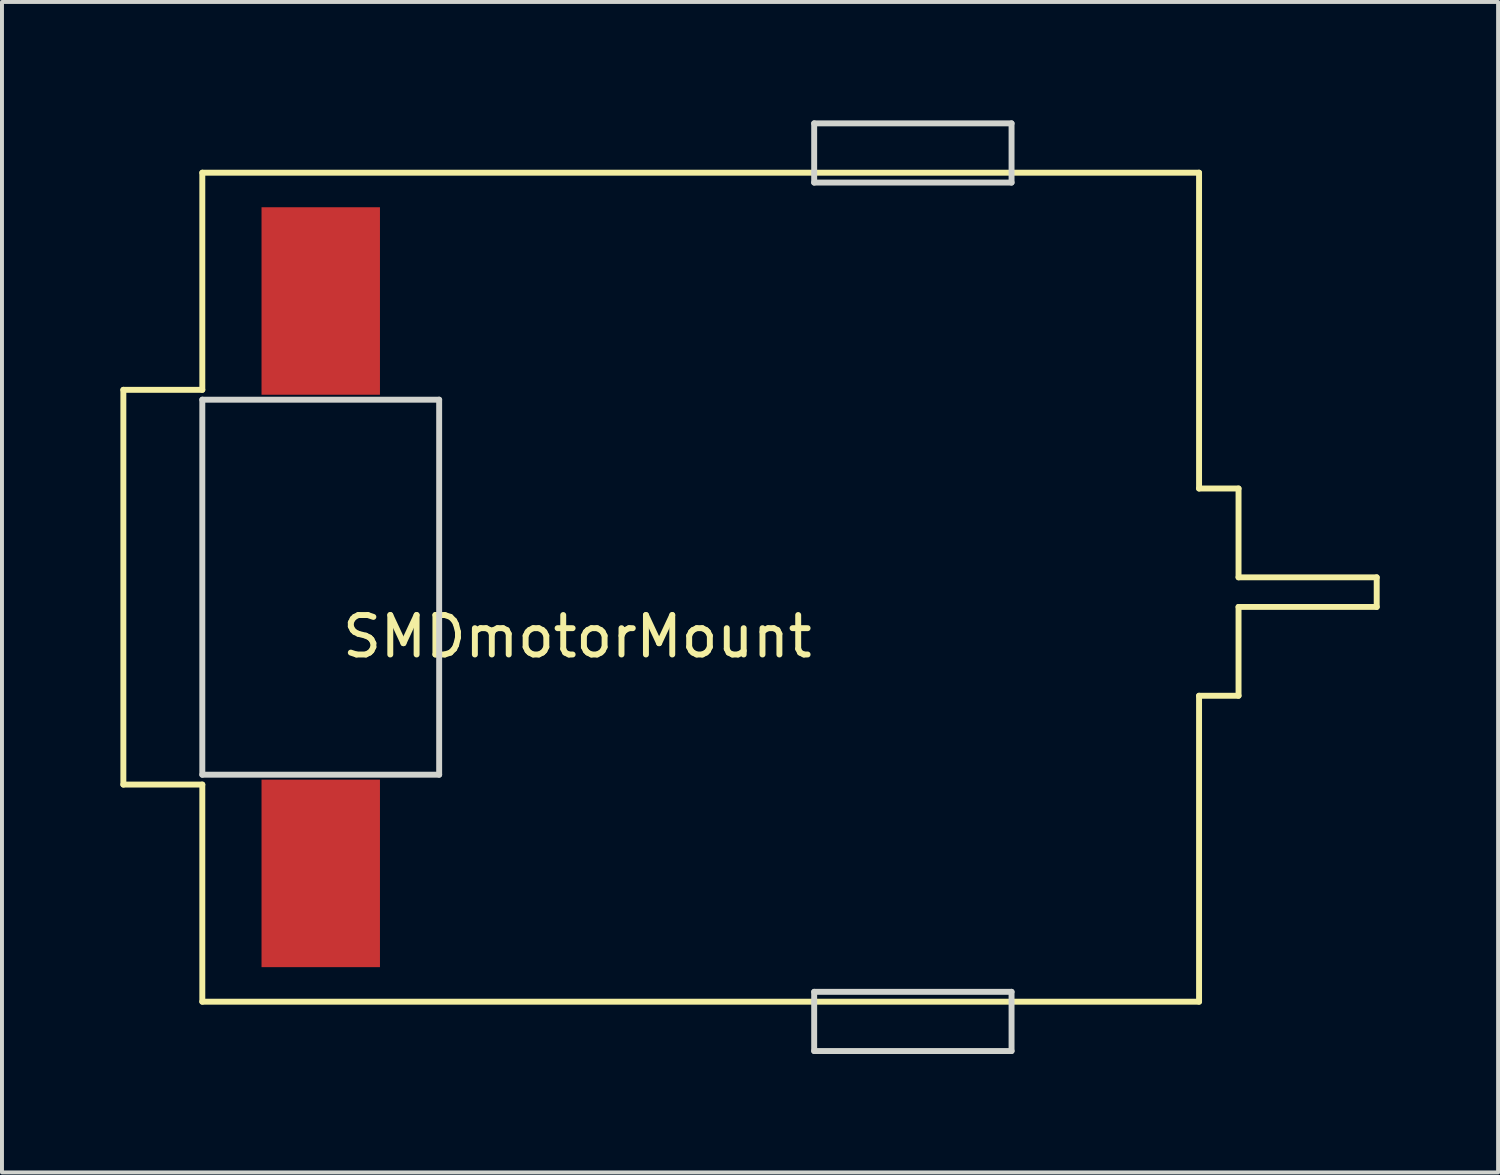
<source format=kicad_pcb>
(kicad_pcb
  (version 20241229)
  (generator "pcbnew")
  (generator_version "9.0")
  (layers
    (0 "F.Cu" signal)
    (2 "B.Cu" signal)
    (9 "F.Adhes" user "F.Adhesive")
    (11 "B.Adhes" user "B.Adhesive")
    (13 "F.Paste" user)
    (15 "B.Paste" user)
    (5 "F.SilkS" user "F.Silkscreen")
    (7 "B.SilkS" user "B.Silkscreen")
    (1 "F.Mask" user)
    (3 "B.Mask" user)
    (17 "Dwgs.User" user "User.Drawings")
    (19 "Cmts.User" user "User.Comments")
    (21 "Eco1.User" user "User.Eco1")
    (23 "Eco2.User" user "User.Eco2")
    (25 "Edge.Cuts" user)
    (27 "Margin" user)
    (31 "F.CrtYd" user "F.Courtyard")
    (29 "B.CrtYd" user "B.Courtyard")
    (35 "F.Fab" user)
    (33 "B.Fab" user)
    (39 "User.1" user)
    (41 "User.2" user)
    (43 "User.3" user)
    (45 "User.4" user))
  (footprint "SMDmotorMount"
    (layer "F.Cu")
    (at 2.075 11.575)
    (property "Reference" "SMDmotorMount" (at 9.5 1.5 0) (layer "F.SilkS") (effects (font (size 1 1) (thickness 0.15))))
    (attr through_hole)
    (fp_line (start -2 -4.75) (end 0 -4.75) (stroke (width 0.15) (type solid)) (layer "F.SilkS"))
    (fp_line (start -2 5.25) (end -2 -4.75) (stroke (width 0.15) (type solid)) (layer "F.SilkS"))
    (fp_line (start 0 -10.25) (end 25.25 -10.25) (stroke (width 0.15) (type solid)) (layer "F.SilkS"))
    (fp_line (start 0 -4.75) (end 0 -10.25) (stroke (width 0.15) (type solid)) (layer "F.SilkS"))
    (fp_line (start 0 5.25) (end -2 5.25) (stroke (width 0.15) (type solid)) (layer "F.SilkS"))
    (fp_line (start 0 10.75) (end 0 5.25) (stroke (width 0.15) (type solid)) (layer "F.SilkS"))
    (fp_line (start 25.25 -10.25) (end 25.25 -2.25) (stroke (width 0.15) (type solid)) (layer "F.SilkS"))
    (fp_line (start 25.25 -2.25) (end 26.25 -2.25) (stroke (width 0.15) (type solid)) (layer "F.SilkS"))
    (fp_line (start 25.25 3) (end 25.25 10.75) (stroke (width 0.15) (type solid)) (layer "F.SilkS"))
    (fp_line (start 25.25 10.75) (end 0 10.75) (stroke (width 0.15) (type solid)) (layer "F.SilkS"))
    (fp_line (start 26.25 -2.25) (end 26.25 0) (stroke (width 0.15) (type solid)) (layer "F.SilkS"))
    (fp_line (start 26.25 0) (end 29.75 0) (stroke (width 0.15) (type solid)) (layer "F.SilkS"))
    (fp_line (start 26.25 0.75) (end 26.25 3) (stroke (width 0.15) (type solid)) (layer "F.SilkS"))
    (fp_line (start 26.25 3) (end 25.25 3) (stroke (width 0.15) (type solid)) (layer "F.SilkS"))
    (fp_line (start 29.75 0) (end 29.75 0.75) (stroke (width 0.15) (type solid)) (layer "F.SilkS"))
    (fp_line (start 29.75 0.75) (end 26.25 0.75) (stroke (width 0.15) (type solid)) (layer "F.SilkS"))
    (fp_line (start 0 -4.5) (end 6 -4.5) (stroke (width 0.15) (type solid)) (layer "Edge.Cuts"))
    (fp_line (start 0 5) (end 0 -4.5) (stroke (width 0.15) (type solid)) (layer "Edge.Cuts"))
    (fp_line (start 6 -4.5) (end 6 5) (stroke (width 0.15) (type solid)) (layer "Edge.Cuts"))
    (fp_line (start 6 5) (end 0 5) (stroke (width 0.15) (type solid)) (layer "Edge.Cuts"))
    (fp_line (start 15.5 -11.5) (end 15.5 -10) (stroke (width 0.15) (type solid)) (layer "Edge.Cuts"))
    (fp_line (start 15.5 -10) (end 20.5 -10) (stroke (width 0.15) (type solid)) (layer "Edge.Cuts"))
    (fp_line (start 15.5 10.5) (end 15.5 12) (stroke (width 0.15) (type solid)) (layer "Edge.Cuts"))
    (fp_line (start 15.5 12) (end 20.5 12) (stroke (width 0.15) (type solid)) (layer "Edge.Cuts"))
    (fp_line (start 20.5 -11.5) (end 15.5 -11.5) (stroke (width 0.15) (type solid)) (layer "Edge.Cuts"))
    (fp_line (start 20.5 -10) (end 20.5 -11.5) (stroke (width 0.15) (type solid)) (layer "Edge.Cuts"))
    (fp_line (start 20.5 10.5) (end 15.5 10.5) (stroke (width 0.15) (type solid)) (layer "Edge.Cuts"))
    (fp_line (start 20.5 12) (end 20.5 10.5) (stroke (width 0.15) (type solid)) (layer "Edge.Cuts"))
    (pad "1" smd rect (at 3 7.5) (size 3 4.75) (layers "F.Cu" "F.Mask" "F.Paste"))
    (pad "2" smd rect (at 3 -7) (size 3 4.75) (layers "F.Cu" "F.Mask" "F.Paste")))
  (gr_rect
    (start -3 -3)
    (end 34.9 26.65)
    (stroke (width 0.1) (type default))
    (fill no)
    (layer "Edge.Cuts")))
</source>
